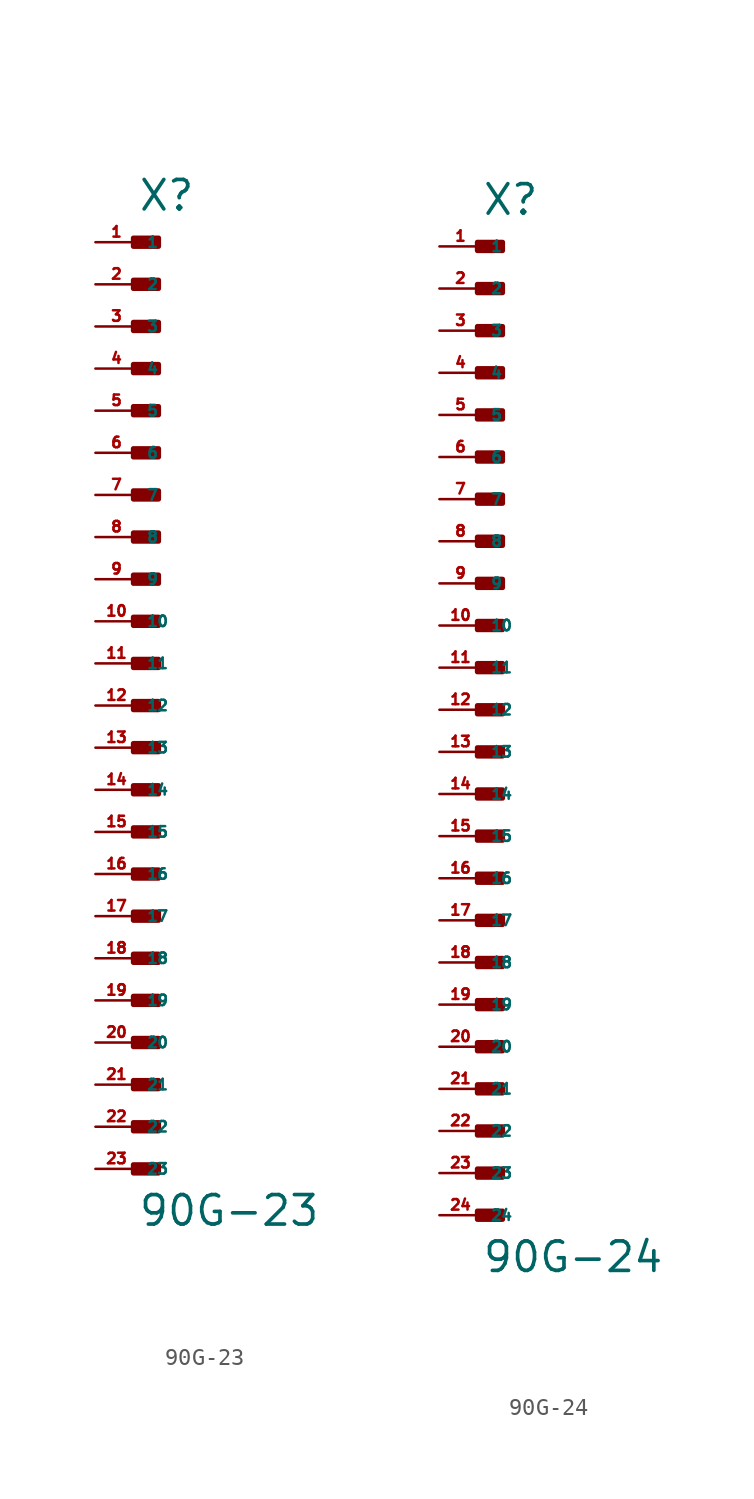
<source format=kicad_sym>
(kicad_symbol_lib
  (version 20220914)
  (generator Eagle2Kicad)
  (symbol "90G-23"
    (property "Reference" "X"
      (at 0 27.178 0)
      (effects (font (size 1.778 1.778) (thickness 0.22)) (justify left bottom)))
    (property "Value" "90G-23"
      (at 0 -34.036 0)
      (effects (font (size 1.778 1.778) (thickness 0.22)) (justify left bottom)))
    (rectangle
      (start -0.254 25.146)
      (end 1.27 25.654)
      (stroke (width 0.3) (type default))
      (fill (type outline)))
    (rectangle
      (start -0.254 22.606)
      (end 1.27 23.114)
      (stroke (width 0.3) (type default))
      (fill (type outline)))
    (rectangle
      (start -0.254 20.066)
      (end 1.27 20.574)
      (stroke (width 0.3) (type default))
      (fill (type outline)))
    (rectangle
      (start -0.254 17.526)
      (end 1.27 18.034)
      (stroke (width 0.3) (type default))
      (fill (type outline)))
    (rectangle
      (start -0.254 14.986)
      (end 1.27 15.494)
      (stroke (width 0.3) (type default))
      (fill (type outline)))
    (rectangle
      (start -0.254 12.446)
      (end 1.27 12.954)
      (stroke (width 0.3) (type default))
      (fill (type outline)))
    (rectangle
      (start -0.254 9.906)
      (end 1.27 10.414)
      (stroke (width 0.3) (type default))
      (fill (type outline)))
    (rectangle
      (start -0.254 7.366)
      (end 1.27 7.874)
      (stroke (width 0.3) (type default))
      (fill (type outline)))
    (rectangle
      (start -0.254 4.826)
      (end 1.27 5.334)
      (stroke (width 0.3) (type default))
      (fill (type outline)))
    (rectangle
      (start -0.254 2.286)
      (end 1.27 2.794)
      (stroke (width 0.3) (type default))
      (fill (type outline)))
    (rectangle
      (start -0.254 -0.254)
      (end 1.27 0.254)
      (stroke (width 0.3) (type default))
      (fill (type outline)))
    (rectangle
      (start -0.254 -2.794)
      (end 1.27 -2.286)
      (stroke (width 0.3) (type default))
      (fill (type outline)))
    (rectangle
      (start -0.254 -5.334)
      (end 1.27 -4.826)
      (stroke (width 0.3) (type default))
      (fill (type outline)))
    (rectangle
      (start -0.254 -7.874)
      (end 1.27 -7.366)
      (stroke (width 0.3) (type default))
      (fill (type outline)))
    (rectangle
      (start -0.254 -10.414)
      (end 1.27 -9.906)
      (stroke (width 0.3) (type default))
      (fill (type outline)))
    (rectangle
      (start -0.254 -12.954)
      (end 1.27 -12.446)
      (stroke (width 0.3) (type default))
      (fill (type outline)))
    (rectangle
      (start -0.254 -15.494)
      (end 1.27 -14.986)
      (stroke (width 0.3) (type default))
      (fill (type outline)))
    (rectangle
      (start -0.254 -18.034)
      (end 1.27 -17.526)
      (stroke (width 0.3) (type default))
      (fill (type outline)))
    (rectangle
      (start -0.254 -20.574)
      (end 1.27 -20.066)
      (stroke (width 0.3) (type default))
      (fill (type outline)))
    (rectangle
      (start -0.254 -23.114)
      (end 1.27 -22.606)
      (stroke (width 0.3) (type default))
      (fill (type outline)))
    (rectangle
      (start -0.254 -25.654)
      (end 1.27 -25.146)
      (stroke (width 0.3) (type default))
      (fill (type outline)))
    (rectangle
      (start -0.254 -28.194)
      (end 1.27 -27.686)
      (stroke (width 0.3) (type default))
      (fill (type outline)))
    (rectangle
      (start -0.254 -30.734)
      (end 1.27 -30.226)
      (stroke (width 0.3) (type default))
      (fill (type outline)))
    (pin passive line
      (at -2.54 25.4 0)
      (length 2.54)
      (name "1" (effects (font (size 0.635 0.635) (thickness 0.08)) (justify left bottom)))
      (number "1" (effects (font (size 0.635 0.635) (thickness 0.08)) (justify left bottom))))
    (pin passive line
      (at -2.54 22.86 0)
      (length 2.54)
      (name "2" (effects (font (size 0.635 0.635) (thickness 0.08)) (justify left bottom)))
      (number "2" (effects (font (size 0.635 0.635) (thickness 0.08)) (justify left bottom))))
    (pin passive line
      (at -2.54 20.32 0)
      (length 2.54)
      (name "3" (effects (font (size 0.635 0.635) (thickness 0.08)) (justify left bottom)))
      (number "3" (effects (font (size 0.635 0.635) (thickness 0.08)) (justify left bottom))))
    (pin passive line
      (at -2.54 17.78 0)
      (length 2.54)
      (name "4" (effects (font (size 0.635 0.635) (thickness 0.08)) (justify left bottom)))
      (number "4" (effects (font (size 0.635 0.635) (thickness 0.08)) (justify left bottom))))
    (pin passive line
      (at -2.54 15.24 0)
      (length 2.54)
      (name "5" (effects (font (size 0.635 0.635) (thickness 0.08)) (justify left bottom)))
      (number "5" (effects (font (size 0.635 0.635) (thickness 0.08)) (justify left bottom))))
    (pin passive line
      (at -2.54 12.7 0)
      (length 2.54)
      (name "6" (effects (font (size 0.635 0.635) (thickness 0.08)) (justify left bottom)))
      (number "6" (effects (font (size 0.635 0.635) (thickness 0.08)) (justify left bottom))))
    (pin passive line
      (at -2.54 10.16 0)
      (length 2.54)
      (name "7" (effects (font (size 0.635 0.635) (thickness 0.08)) (justify left bottom)))
      (number "7" (effects (font (size 0.635 0.635) (thickness 0.08)) (justify left bottom))))
    (pin passive line
      (at -2.54 7.62 0)
      (length 2.54)
      (name "8" (effects (font (size 0.635 0.635) (thickness 0.08)) (justify left bottom)))
      (number "8" (effects (font (size 0.635 0.635) (thickness 0.08)) (justify left bottom))))
    (pin passive line
      (at -2.54 5.08 0)
      (length 2.54)
      (name "9" (effects (font (size 0.635 0.635) (thickness 0.08)) (justify left bottom)))
      (number "9" (effects (font (size 0.635 0.635) (thickness 0.08)) (justify left bottom))))
    (pin passive line
      (at -2.54 2.54 0)
      (length 2.54)
      (name "10" (effects (font (size 0.635 0.635) (thickness 0.08)) (justify left bottom)))
      (number "10" (effects (font (size 0.635 0.635) (thickness 0.08)) (justify left bottom))))
    (pin passive line
      (at -2.54 0 0)
      (length 2.54)
      (name "11" (effects (font (size 0.635 0.635) (thickness 0.08)) (justify left bottom)))
      (number "11" (effects (font (size 0.635 0.635) (thickness 0.08)) (justify left bottom))))
    (pin passive line
      (at -2.54 -2.54 0)
      (length 2.54)
      (name "12" (effects (font (size 0.635 0.635) (thickness 0.08)) (justify left bottom)))
      (number "12" (effects (font (size 0.635 0.635) (thickness 0.08)) (justify left bottom))))
    (pin passive line
      (at -2.54 -5.08 0)
      (length 2.54)
      (name "13" (effects (font (size 0.635 0.635) (thickness 0.08)) (justify left bottom)))
      (number "13" (effects (font (size 0.635 0.635) (thickness 0.08)) (justify left bottom))))
    (pin passive line
      (at -2.54 -7.62 0)
      (length 2.54)
      (name "14" (effects (font (size 0.635 0.635) (thickness 0.08)) (justify left bottom)))
      (number "14" (effects (font (size 0.635 0.635) (thickness 0.08)) (justify left bottom))))
    (pin passive line
      (at -2.54 -10.16 0)
      (length 2.54)
      (name "15" (effects (font (size 0.635 0.635) (thickness 0.08)) (justify left bottom)))
      (number "15" (effects (font (size 0.635 0.635) (thickness 0.08)) (justify left bottom))))
    (pin passive line
      (at -2.54 -12.7 0)
      (length 2.54)
      (name "16" (effects (font (size 0.635 0.635) (thickness 0.08)) (justify left bottom)))
      (number "16" (effects (font (size 0.635 0.635) (thickness 0.08)) (justify left bottom))))
    (pin passive line
      (at -2.54 -15.24 0)
      (length 2.54)
      (name "17" (effects (font (size 0.635 0.635) (thickness 0.08)) (justify left bottom)))
      (number "17" (effects (font (size 0.635 0.635) (thickness 0.08)) (justify left bottom))))
    (pin passive line
      (at -2.54 -17.78 0)
      (length 2.54)
      (name "18" (effects (font (size 0.635 0.635) (thickness 0.08)) (justify left bottom)))
      (number "18" (effects (font (size 0.635 0.635) (thickness 0.08)) (justify left bottom))))
    (pin passive line
      (at -2.54 -20.32 0)
      (length 2.54)
      (name "19" (effects (font (size 0.635 0.635) (thickness 0.08)) (justify left bottom)))
      (number "19" (effects (font (size 0.635 0.635) (thickness 0.08)) (justify left bottom))))
    (pin passive line
      (at -2.54 -22.86 0)
      (length 2.54)
      (name "20" (effects (font (size 0.635 0.635) (thickness 0.08)) (justify left bottom)))
      (number "20" (effects (font (size 0.635 0.635) (thickness 0.08)) (justify left bottom))))
    (pin passive line
      (at -2.54 -25.4 0)
      (length 2.54)
      (name "21" (effects (font (size 0.635 0.635) (thickness 0.08)) (justify left bottom)))
      (number "21" (effects (font (size 0.635 0.635) (thickness 0.08)) (justify left bottom))))
    (pin passive line
      (at -2.54 -27.94 0)
      (length 2.54)
      (name "22" (effects (font (size 0.635 0.635) (thickness 0.08)) (justify left bottom)))
      (number "22" (effects (font (size 0.635 0.635) (thickness 0.08)) (justify left bottom))))
    (pin passive line
      (at -2.54 -30.48 0)
      (length 2.54)
      (name "23" (effects (font (size 0.635 0.635) (thickness 0.08)) (justify left bottom)))
      (number "23" (effects (font (size 0.635 0.635) (thickness 0.08)) (justify left bottom)))))
  (symbol "90G-24"
    (property "Reference" "X"
      (at 0 29.718 0)
      (effects (font (size 1.778 1.778) (thickness 0.22)) (justify left bottom)))
    (property "Value" "90G-24"
      (at 0 -34.036 0)
      (effects (font (size 1.778 1.778) (thickness 0.22)) (justify left bottom)))
    (rectangle
      (start -0.254 27.686)
      (end 1.27 28.194)
      (stroke (width 0.3) (type default))
      (fill (type outline)))
    (rectangle
      (start -0.254 25.146)
      (end 1.27 25.654)
      (stroke (width 0.3) (type default))
      (fill (type outline)))
    (rectangle
      (start -0.254 22.606)
      (end 1.27 23.114)
      (stroke (width 0.3) (type default))
      (fill (type outline)))
    (rectangle
      (start -0.254 20.066)
      (end 1.27 20.574)
      (stroke (width 0.3) (type default))
      (fill (type outline)))
    (rectangle
      (start -0.254 17.526)
      (end 1.27 18.034)
      (stroke (width 0.3) (type default))
      (fill (type outline)))
    (rectangle
      (start -0.254 14.986)
      (end 1.27 15.494)
      (stroke (width 0.3) (type default))
      (fill (type outline)))
    (rectangle
      (start -0.254 12.446)
      (end 1.27 12.954)
      (stroke (width 0.3) (type default))
      (fill (type outline)))
    (rectangle
      (start -0.254 9.906)
      (end 1.27 10.414)
      (stroke (width 0.3) (type default))
      (fill (type outline)))
    (rectangle
      (start -0.254 7.366)
      (end 1.27 7.874)
      (stroke (width 0.3) (type default))
      (fill (type outline)))
    (rectangle
      (start -0.254 4.826)
      (end 1.27 5.334)
      (stroke (width 0.3) (type default))
      (fill (type outline)))
    (rectangle
      (start -0.254 2.286)
      (end 1.27 2.794)
      (stroke (width 0.3) (type default))
      (fill (type outline)))
    (rectangle
      (start -0.254 -0.254)
      (end 1.27 0.254)
      (stroke (width 0.3) (type default))
      (fill (type outline)))
    (rectangle
      (start -0.254 -2.794)
      (end 1.27 -2.286)
      (stroke (width 0.3) (type default))
      (fill (type outline)))
    (rectangle
      (start -0.254 -5.334)
      (end 1.27 -4.826)
      (stroke (width 0.3) (type default))
      (fill (type outline)))
    (rectangle
      (start -0.254 -7.874)
      (end 1.27 -7.366)
      (stroke (width 0.3) (type default))
      (fill (type outline)))
    (rectangle
      (start -0.254 -10.414)
      (end 1.27 -9.906)
      (stroke (width 0.3) (type default))
      (fill (type outline)))
    (rectangle
      (start -0.254 -12.954)
      (end 1.27 -12.446)
      (stroke (width 0.3) (type default))
      (fill (type outline)))
    (rectangle
      (start -0.254 -15.494)
      (end 1.27 -14.986)
      (stroke (width 0.3) (type default))
      (fill (type outline)))
    (rectangle
      (start -0.254 -18.034)
      (end 1.27 -17.526)
      (stroke (width 0.3) (type default))
      (fill (type outline)))
    (rectangle
      (start -0.254 -20.574)
      (end 1.27 -20.066)
      (stroke (width 0.3) (type default))
      (fill (type outline)))
    (rectangle
      (start -0.254 -23.114)
      (end 1.27 -22.606)
      (stroke (width 0.3) (type default))
      (fill (type outline)))
    (rectangle
      (start -0.254 -25.654)
      (end 1.27 -25.146)
      (stroke (width 0.3) (type default))
      (fill (type outline)))
    (rectangle
      (start -0.254 -28.194)
      (end 1.27 -27.686)
      (stroke (width 0.3) (type default))
      (fill (type outline)))
    (rectangle
      (start -0.254 -30.734)
      (end 1.27 -30.226)
      (stroke (width 0.3) (type default))
      (fill (type outline)))
    (pin passive line
      (at -2.54 27.94 0)
      (length 2.54)
      (name "1" (effects (font (size 0.635 0.635) (thickness 0.08)) (justify left bottom)))
      (number "1" (effects (font (size 0.635 0.635) (thickness 0.08)) (justify left bottom))))
    (pin passive line
      (at -2.54 25.4 0)
      (length 2.54)
      (name "2" (effects (font (size 0.635 0.635) (thickness 0.08)) (justify left bottom)))
      (number "2" (effects (font (size 0.635 0.635) (thickness 0.08)) (justify left bottom))))
    (pin passive line
      (at -2.54 22.86 0)
      (length 2.54)
      (name "3" (effects (font (size 0.635 0.635) (thickness 0.08)) (justify left bottom)))
      (number "3" (effects (font (size 0.635 0.635) (thickness 0.08)) (justify left bottom))))
    (pin passive line
      (at -2.54 20.32 0)
      (length 2.54)
      (name "4" (effects (font (size 0.635 0.635) (thickness 0.08)) (justify left bottom)))
      (number "4" (effects (font (size 0.635 0.635) (thickness 0.08)) (justify left bottom))))
    (pin passive line
      (at -2.54 17.78 0)
      (length 2.54)
      (name "5" (effects (font (size 0.635 0.635) (thickness 0.08)) (justify left bottom)))
      (number "5" (effects (font (size 0.635 0.635) (thickness 0.08)) (justify left bottom))))
    (pin passive line
      (at -2.54 15.24 0)
      (length 2.54)
      (name "6" (effects (font (size 0.635 0.635) (thickness 0.08)) (justify left bottom)))
      (number "6" (effects (font (size 0.635 0.635) (thickness 0.08)) (justify left bottom))))
    (pin passive line
      (at -2.54 12.7 0)
      (length 2.54)
      (name "7" (effects (font (size 0.635 0.635) (thickness 0.08)) (justify left bottom)))
      (number "7" (effects (font (size 0.635 0.635) (thickness 0.08)) (justify left bottom))))
    (pin passive line
      (at -2.54 10.16 0)
      (length 2.54)
      (name "8" (effects (font (size 0.635 0.635) (thickness 0.08)) (justify left bottom)))
      (number "8" (effects (font (size 0.635 0.635) (thickness 0.08)) (justify left bottom))))
    (pin passive line
      (at -2.54 7.62 0)
      (length 2.54)
      (name "9" (effects (font (size 0.635 0.635) (thickness 0.08)) (justify left bottom)))
      (number "9" (effects (font (size 0.635 0.635) (thickness 0.08)) (justify left bottom))))
    (pin passive line
      (at -2.54 5.08 0)
      (length 2.54)
      (name "10" (effects (font (size 0.635 0.635) (thickness 0.08)) (justify left bottom)))
      (number "10" (effects (font (size 0.635 0.635) (thickness 0.08)) (justify left bottom))))
    (pin passive line
      (at -2.54 2.54 0)
      (length 2.54)
      (name "11" (effects (font (size 0.635 0.635) (thickness 0.08)) (justify left bottom)))
      (number "11" (effects (font (size 0.635 0.635) (thickness 0.08)) (justify left bottom))))
    (pin passive line
      (at -2.54 0 0)
      (length 2.54)
      (name "12" (effects (font (size 0.635 0.635) (thickness 0.08)) (justify left bottom)))
      (number "12" (effects (font (size 0.635 0.635) (thickness 0.08)) (justify left bottom))))
    (pin passive line
      (at -2.54 -2.54 0)
      (length 2.54)
      (name "13" (effects (font (size 0.635 0.635) (thickness 0.08)) (justify left bottom)))
      (number "13" (effects (font (size 0.635 0.635) (thickness 0.08)) (justify left bottom))))
    (pin passive line
      (at -2.54 -5.08 0)
      (length 2.54)
      (name "14" (effects (font (size 0.635 0.635) (thickness 0.08)) (justify left bottom)))
      (number "14" (effects (font (size 0.635 0.635) (thickness 0.08)) (justify left bottom))))
    (pin passive line
      (at -2.54 -7.62 0)
      (length 2.54)
      (name "15" (effects (font (size 0.635 0.635) (thickness 0.08)) (justify left bottom)))
      (number "15" (effects (font (size 0.635 0.635) (thickness 0.08)) (justify left bottom))))
    (pin passive line
      (at -2.54 -10.16 0)
      (length 2.54)
      (name "16" (effects (font (size 0.635 0.635) (thickness 0.08)) (justify left bottom)))
      (number "16" (effects (font (size 0.635 0.635) (thickness 0.08)) (justify left bottom))))
    (pin passive line
      (at -2.54 -12.7 0)
      (length 2.54)
      (name "17" (effects (font (size 0.635 0.635) (thickness 0.08)) (justify left bottom)))
      (number "17" (effects (font (size 0.635 0.635) (thickness 0.08)) (justify left bottom))))
    (pin passive line
      (at -2.54 -15.24 0)
      (length 2.54)
      (name "18" (effects (font (size 0.635 0.635) (thickness 0.08)) (justify left bottom)))
      (number "18" (effects (font (size 0.635 0.635) (thickness 0.08)) (justify left bottom))))
    (pin passive line
      (at -2.54 -17.78 0)
      (length 2.54)
      (name "19" (effects (font (size 0.635 0.635) (thickness 0.08)) (justify left bottom)))
      (number "19" (effects (font (size 0.635 0.635) (thickness 0.08)) (justify left bottom))))
    (pin passive line
      (at -2.54 -20.32 0)
      (length 2.54)
      (name "20" (effects (font (size 0.635 0.635) (thickness 0.08)) (justify left bottom)))
      (number "20" (effects (font (size 0.635 0.635) (thickness 0.08)) (justify left bottom))))
    (pin passive line
      (at -2.54 -22.86 0)
      (length 2.54)
      (name "21" (effects (font (size 0.635 0.635) (thickness 0.08)) (justify left bottom)))
      (number "21" (effects (font (size 0.635 0.635) (thickness 0.08)) (justify left bottom))))
    (pin passive line
      (at -2.54 -25.4 0)
      (length 2.54)
      (name "22" (effects (font (size 0.635 0.635) (thickness 0.08)) (justify left bottom)))
      (number "22" (effects (font (size 0.635 0.635) (thickness 0.08)) (justify left bottom))))
    (pin passive line
      (at -2.54 -27.94 0)
      (length 2.54)
      (name "23" (effects (font (size 0.635 0.635) (thickness 0.08)) (justify left bottom)))
      (number "23" (effects (font (size 0.635 0.635) (thickness 0.08)) (justify left bottom))))
    (pin passive line
      (at -2.54 -30.48 0)
      (length 2.54)
      (name "24" (effects (font (size 0.635 0.635) (thickness 0.08)) (justify left bottom)))
      (number "24" (effects (font (size 0.635 0.635) (thickness 0.08)) (justify left bottom))))))
</source>
